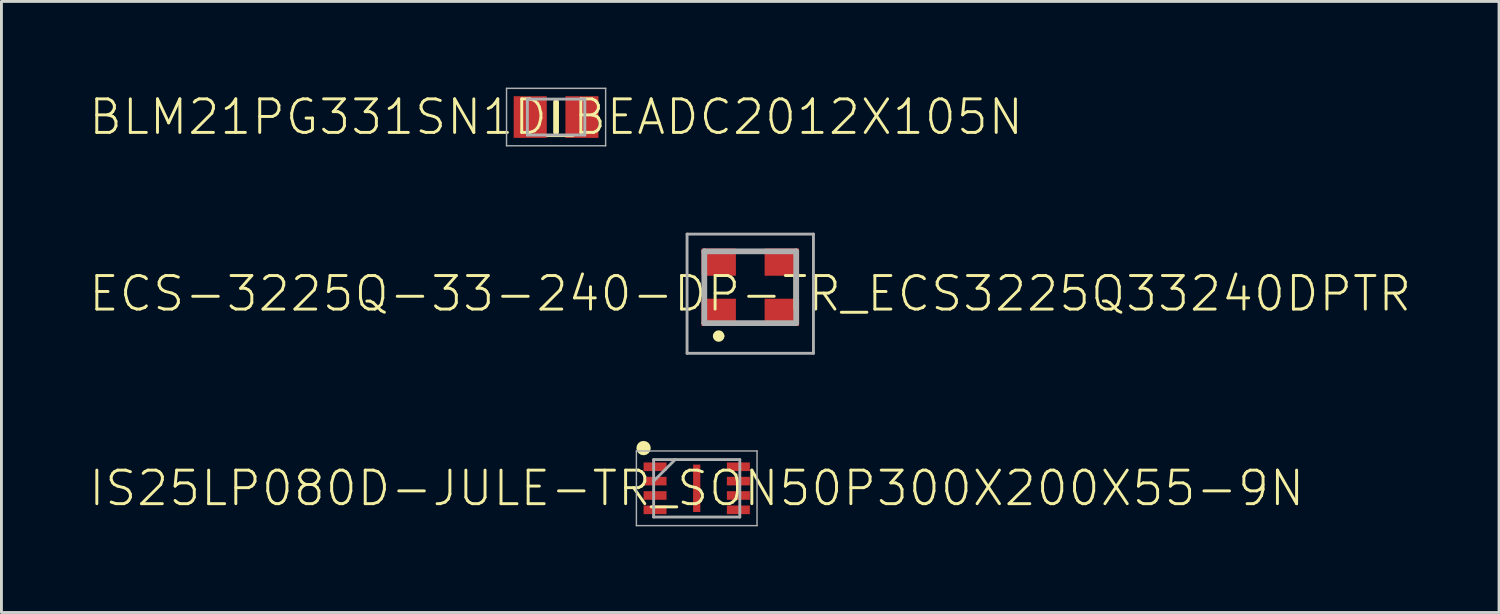
<source format=kicad_pcb>
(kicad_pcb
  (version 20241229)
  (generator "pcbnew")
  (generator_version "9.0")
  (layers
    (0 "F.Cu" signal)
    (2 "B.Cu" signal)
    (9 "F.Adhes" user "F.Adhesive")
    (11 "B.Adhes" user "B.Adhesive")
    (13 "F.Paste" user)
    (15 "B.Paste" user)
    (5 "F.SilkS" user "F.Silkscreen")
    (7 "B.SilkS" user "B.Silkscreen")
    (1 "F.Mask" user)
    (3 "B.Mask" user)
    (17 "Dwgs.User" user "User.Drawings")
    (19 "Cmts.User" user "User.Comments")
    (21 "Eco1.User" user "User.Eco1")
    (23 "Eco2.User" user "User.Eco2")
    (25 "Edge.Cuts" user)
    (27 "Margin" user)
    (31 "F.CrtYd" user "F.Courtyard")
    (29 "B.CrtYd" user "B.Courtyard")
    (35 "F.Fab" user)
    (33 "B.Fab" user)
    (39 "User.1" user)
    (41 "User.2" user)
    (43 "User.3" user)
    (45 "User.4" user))
  (footprint "ECS-3225Q-33-240-DP-TR_ECS3225Q33240DPTR"
    (layer "F.Cu")
    (at 23.07 6.95)
    (property "Reference" "ECS-3225Q-33-240-DP-TR_ECS3225Q33240DPTR" (at 0 0.225 0) (unlocked yes) (layer "F.SilkS") (effects (font (size 1.168 1.168) (thickness 0.102))))
    (fp_line (start -1.6 -0.2) (end -1.6 0.2) (stroke (width 0.1) (type solid)) (layer "F.SilkS"))
    (fp_line (start -0.2 -1.25) (end 0.2 -1.25) (stroke (width 0.1) (type solid)) (layer "F.SilkS"))
    (fp_line (start -0.2 1.25) (end 0.2 1.25) (stroke (width 0.1) (type solid)) (layer "F.SilkS"))
    (fp_line (start 1.6 -0.2) (end 1.6 0.2) (stroke (width 0.1) (type solid)) (layer "F.SilkS"))
    (fp_arc (start -1.2 1.7) (mid -1.1 1.6) (end -1 1.7) (stroke (width 0.2) (type solid)) (layer "F.SilkS"))
    (fp_arc (start -1 1.7) (mid -1.1 1.8) (end -1.2 1.7) (stroke (width 0.2) (type solid)) (layer "F.SilkS"))
    (fp_line (start -2.2 -1.85) (end 2.2 -1.85) (stroke (width 0.1) (type solid)) (layer "F.Fab"))
    (fp_line (start -2.2 2.3) (end -2.2 -1.85) (stroke (width 0.1) (type solid)) (layer "F.Fab"))
    (fp_line (start -1.6 -1.25) (end 1.6 -1.25) (stroke (width 0.2) (type solid)) (layer "F.Fab"))
    (fp_line (start -1.6 1.25) (end -1.6 -1.25) (stroke (width 0.2) (type solid)) (layer "F.Fab"))
    (fp_line (start 1.6 -1.25) (end 1.6 1.25) (stroke (width 0.2) (type solid)) (layer "F.Fab"))
    (fp_line (start 1.6 1.25) (end -1.6 1.25) (stroke (width 0.2) (type solid)) (layer "F.Fab"))
    (fp_line (start 2.2 -1.85) (end 2.2 2.3) (stroke (width 0.1) (type solid)) (layer "F.Fab"))
    (fp_line (start 2.2 2.3) (end -2.2 2.3) (stroke (width 0.1) (type solid)) (layer "F.Fab"))
    (pad "1" smd rect (at -1.1 0.875) (size 1.2 0.95) (layers "F.Cu" "F.Mask" "F.Paste"))
    (pad "2" smd rect (at 1.1 0.875) (size 1.2 0.95) (layers "F.Cu" "F.Mask" "F.Paste"))
    (pad "3" smd rect (at 1.1 -0.875) (size 1.2 0.95) (layers "F.Cu" "F.Mask" "F.Paste"))
    (pad "4" smd rect (at -1.1 -0.875) (size 1.2 0.95) (layers "F.Cu" "F.Mask" "F.Paste")))
  (footprint "BLM21PG331SN1D_BEADC2012X105N"
    (layer "F.Cu")
    (at 16.31 1.025)
    (property "Reference" "BLM21PG331SN1D_BEADC2012X105N" (at 0 0 0) (unlocked yes) (layer "F.SilkS") (effects (font (size 1.168 1.168) (thickness 0.102))))
    (fp_line (start 0 -0.525) (end 0 0.525) (stroke (width 0.2) (type solid)) (layer "F.SilkS"))
    (fp_line (start -1.725 -1) (end 1.725 -1) (stroke (width 0.05) (type solid)) (layer "F.Fab"))
    (fp_line (start -1.725 1) (end -1.725 -1) (stroke (width 0.05) (type solid)) (layer "F.Fab"))
    (fp_line (start -1 -0.625) (end 1 -0.625) (stroke (width 0.1) (type solid)) (layer "F.Fab"))
    (fp_line (start -1 0.625) (end -1 -0.625) (stroke (width 0.1) (type solid)) (layer "F.Fab"))
    (fp_line (start 1 -0.625) (end 1 0.625) (stroke (width 0.1) (type solid)) (layer "F.Fab"))
    (fp_line (start 1 0.625) (end -1 0.625) (stroke (width 0.1) (type solid)) (layer "F.Fab"))
    (fp_line (start 1.725 -1) (end 1.725 1) (stroke (width 0.05) (type solid)) (layer "F.Fab"))
    (fp_line (start 1.725 1) (end -1.725 1) (stroke (width 0.05) (type solid)) (layer "F.Fab"))
    (pad "1" smd rect (at -0.9 0 90) (size 1.45 1.15) (layers "F.Cu" "F.Mask" "F.Paste"))
    (pad "2" smd rect (at 0.9 0 90) (size 1.45 1.15) (layers "F.Cu" "F.Mask" "F.Paste")))
  (footprint "IS25LP080D-JULE-TR_SON50P300X200X55-9N"
    (layer "F.Cu")
    (at 21.206 13.95)
    (property "Reference" "IS25LP080D-JULE-TR_SON50P300X200X55-9N" (at 0 0 0) (unlocked yes) (layer "F.SilkS") (effects (font (size 1.168 1.168) (thickness 0.102))))
    (fp_circle (center -1.85 -1.4) (end -1.725 -1.4) (stroke (width 0.25) (type solid)) (fill no) (layer "F.SilkS"))
    (fp_line (start -2.1 -1.3) (end 2.1 -1.3) (stroke (width 0.05) (type solid)) (layer "F.Fab"))
    (fp_line (start -2.1 1.3) (end -2.1 -1.3) (stroke (width 0.05) (type solid)) (layer "F.Fab"))
    (fp_line (start -1.5 -1) (end -0.75 -1) (stroke (width 0.1) (type solid)) (layer "F.Fab"))
    (fp_line (start -1.5 -0.25) (end -1.5 -1) (stroke (width 0.1) (type solid)) (layer "F.Fab"))
    (fp_line (start -1.5 -0.25) (end -0.75 -1) (stroke (width 0.1) (type solid)) (layer "F.Fab"))
    (fp_line (start -1.5 1) (end -1.5 -0.25) (stroke (width 0.1) (type solid)) (layer "F.Fab"))
    (fp_line (start -0.75 -1) (end 1.5 -1) (stroke (width 0.1) (type solid)) (layer "F.Fab"))
    (fp_line (start 1.5 -1) (end 1.5 1) (stroke (width 0.1) (type solid)) (layer "F.Fab"))
    (fp_line (start 1.5 1) (end -1.5 1) (stroke (width 0.1) (type solid)) (layer "F.Fab"))
    (fp_line (start 2.1 -1.3) (end 2.1 1.3) (stroke (width 0.05) (type solid)) (layer "F.Fab"))
    (fp_line (start 2.1 1.3) (end -2.1 1.3) (stroke (width 0.05) (type solid)) (layer "F.Fab"))
    (pad "1" smd rect (at -1.45 -0.75) (size 0.8 0.3) (layers "F.Cu" "F.Mask" "F.Paste"))
    (pad "2" smd rect (at -1.45 -0.25) (size 0.8 0.3) (layers "F.Cu" "F.Mask" "F.Paste"))
    (pad "3" smd rect (at -1.45 0.25) (size 0.8 0.3) (layers "F.Cu" "F.Mask" "F.Paste"))
    (pad "4" smd rect (at -1.45 0.75) (size 0.8 0.3) (layers "F.Cu" "F.Mask" "F.Paste"))
    (pad "5" smd rect (at 1.45 0.75) (size 0.8 0.3) (layers "F.Cu" "F.Mask" "F.Paste"))
    (pad "6" smd rect (at 1.45 0.25) (size 0.8 0.3) (layers "F.Cu" "F.Mask" "F.Paste"))
    (pad "7" smd rect (at 1.45 -0.25) (size 0.8 0.3) (layers "F.Cu" "F.Mask" "F.Paste"))
    (pad "8" smd rect (at 1.45 -0.75) (size 0.8 0.3) (layers "F.Cu" "F.Mask" "F.Paste"))
    (pad "9" smd rect (at 0 0 90) (size 1.65 0.25) (layers "F.Cu" "F.Mask" "F.Paste")))
  (gr_rect
    (start -3 -3)
    (end 49.139 18.275)
    (stroke (width 0.1) (type default))
    (fill no)
    (layer "Edge.Cuts")))
</source>
